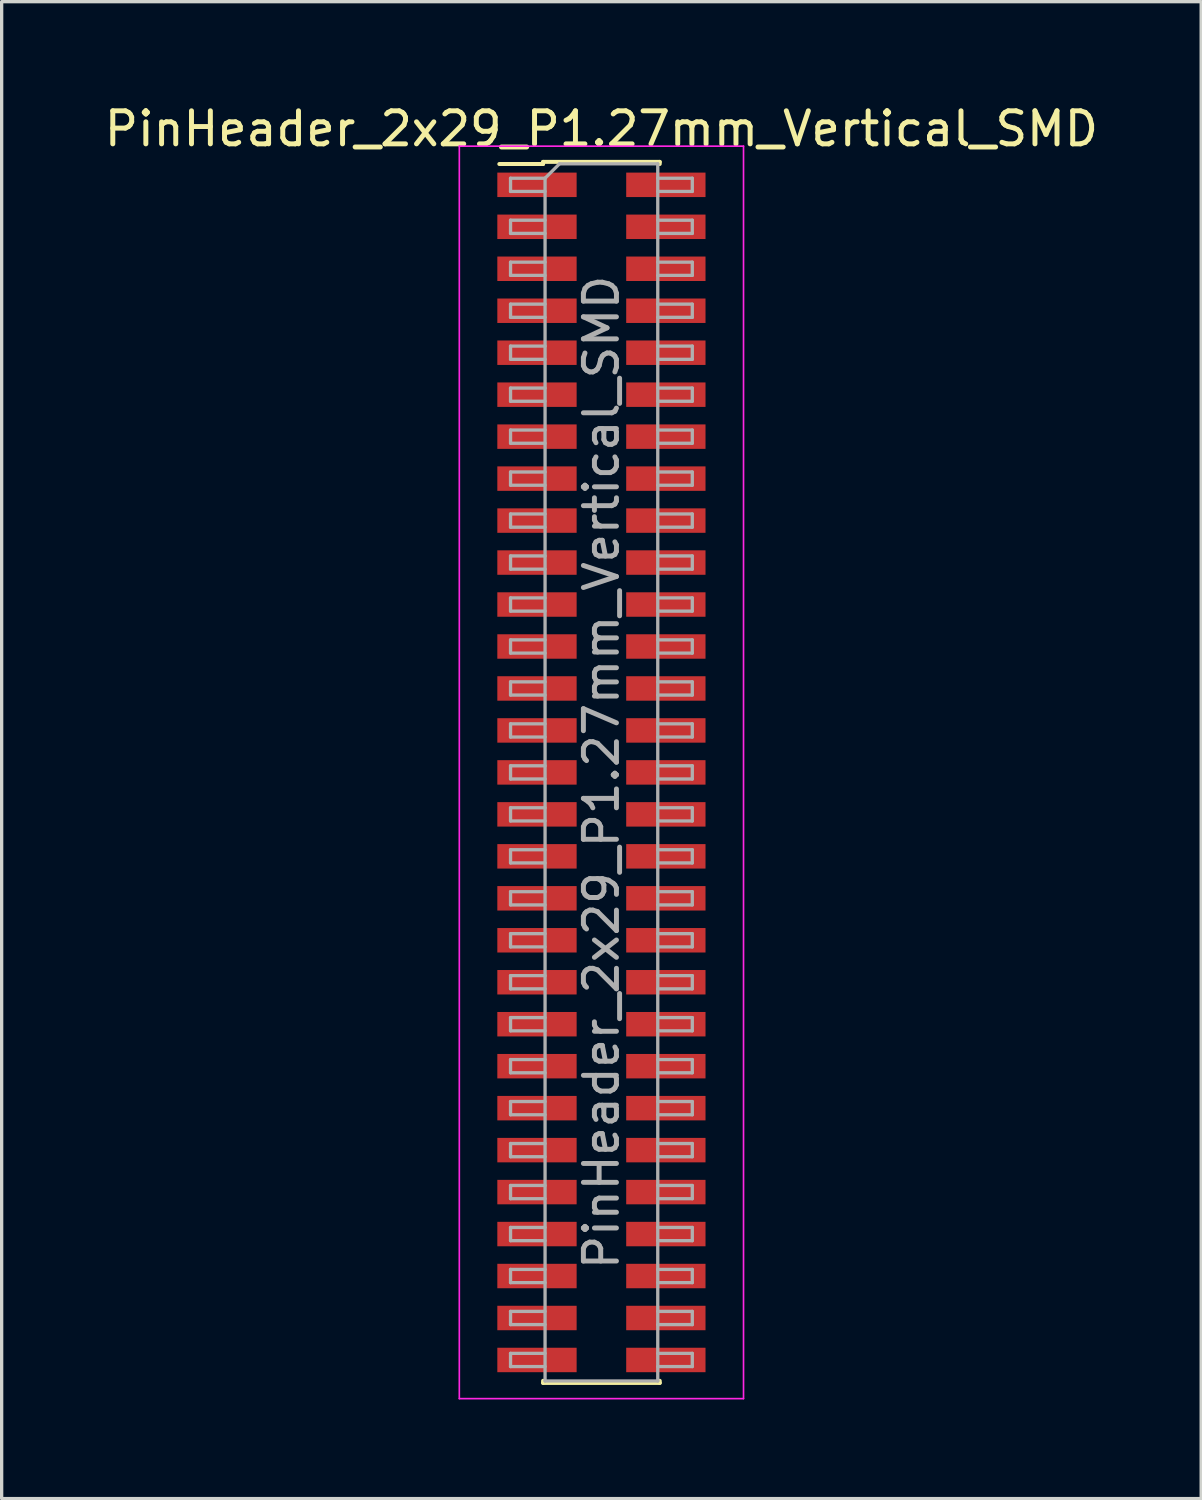
<source format=kicad_pcb>
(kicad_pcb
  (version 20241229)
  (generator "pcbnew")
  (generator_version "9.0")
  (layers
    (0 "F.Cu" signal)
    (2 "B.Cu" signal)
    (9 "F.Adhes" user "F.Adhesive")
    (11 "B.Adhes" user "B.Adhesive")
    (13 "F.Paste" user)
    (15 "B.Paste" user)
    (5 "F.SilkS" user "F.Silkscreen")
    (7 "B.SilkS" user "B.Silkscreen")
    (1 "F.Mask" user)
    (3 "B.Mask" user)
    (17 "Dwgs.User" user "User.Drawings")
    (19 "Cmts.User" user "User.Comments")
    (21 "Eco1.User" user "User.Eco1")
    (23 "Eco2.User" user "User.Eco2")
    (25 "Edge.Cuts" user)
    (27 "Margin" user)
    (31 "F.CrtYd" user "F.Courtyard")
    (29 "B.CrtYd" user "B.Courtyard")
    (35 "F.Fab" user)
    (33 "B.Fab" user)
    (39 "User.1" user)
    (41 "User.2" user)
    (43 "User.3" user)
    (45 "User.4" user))
  (footprint "PinHeader_2x29_P1.27mm_Vertical_SMD"
    (layer "F.Cu")
    (at 15.149 20.323)
    (property "Reference" "PinHeader_2x29_P1.27mm_Vertical_SMD" (at 0 -19.475 0) (layer "F.SilkS") (effects (font (size 1 1) (thickness 0.15))))
    (attr smd)
    (fp_line (start -3.09 -18.41) (end -1.765 -18.41) (stroke (width 0.12) (type solid)) (layer "F.SilkS"))
    (fp_line (start -1.765 -18.475) (end -1.765 -18.41) (stroke (width 0.12) (type solid)) (layer "F.SilkS"))
    (fp_line (start -1.765 -18.475) (end 1.765 -18.475) (stroke (width 0.12) (type solid)) (layer "F.SilkS"))
    (fp_line (start -1.765 18.41) (end -1.765 18.475) (stroke (width 0.12) (type solid)) (layer "F.SilkS"))
    (fp_line (start -1.765 18.475) (end 1.765 18.475) (stroke (width 0.12) (type solid)) (layer "F.SilkS"))
    (fp_line (start 1.765 -18.475) (end 1.765 -18.41) (stroke (width 0.12) (type solid)) (layer "F.SilkS"))
    (fp_line (start 1.765 18.41) (end 1.765 18.475) (stroke (width 0.12) (type solid)) (layer "F.SilkS"))
    (fp_line (start -4.3 -18.95) (end -4.3 18.95) (stroke (width 0.05) (type solid)) (layer "F.CrtYd"))
    (fp_line (start -4.3 18.95) (end 4.3 18.95) (stroke (width 0.05) (type solid)) (layer "F.CrtYd"))
    (fp_line (start 4.3 -18.95) (end -4.3 -18.95) (stroke (width 0.05) (type solid)) (layer "F.CrtYd"))
    (fp_line (start 4.3 18.95) (end 4.3 -18.95) (stroke (width 0.05) (type solid)) (layer "F.CrtYd"))
    (fp_line (start -2.75 -17.98) (end -2.75 -17.58) (stroke (width 0.1) (type solid)) (layer "F.Fab"))
    (fp_line (start -2.75 -17.58) (end -1.705 -17.58) (stroke (width 0.1) (type solid)) (layer "F.Fab"))
    (fp_line (start -2.75 -16.71) (end -2.75 -16.31) (stroke (width 0.1) (type solid)) (layer "F.Fab"))
    (fp_line (start -2.75 -16.31) (end -1.705 -16.31) (stroke (width 0.1) (type solid)) (layer "F.Fab"))
    (fp_line (start -2.75 -15.44) (end -2.75 -15.04) (stroke (width 0.1) (type solid)) (layer "F.Fab"))
    (fp_line (start -2.75 -15.04) (end -1.705 -15.04) (stroke (width 0.1) (type solid)) (layer "F.Fab"))
    (fp_line (start -2.75 -14.17) (end -2.75 -13.77) (stroke (width 0.1) (type solid)) (layer "F.Fab"))
    (fp_line (start -2.75 -13.77) (end -1.705 -13.77) (stroke (width 0.1) (type solid)) (layer "F.Fab"))
    (fp_line (start -2.75 -12.9) (end -2.75 -12.5) (stroke (width 0.1) (type solid)) (layer "F.Fab"))
    (fp_line (start -2.75 -12.5) (end -1.705 -12.5) (stroke (width 0.1) (type solid)) (layer "F.Fab"))
    (fp_line (start -2.75 -11.63) (end -2.75 -11.23) (stroke (width 0.1) (type solid)) (layer "F.Fab"))
    (fp_line (start -2.75 -11.23) (end -1.705 -11.23) (stroke (width 0.1) (type solid)) (layer "F.Fab"))
    (fp_line (start -2.75 -10.36) (end -2.75 -9.96) (stroke (width 0.1) (type solid)) (layer "F.Fab"))
    (fp_line (start -2.75 -9.96) (end -1.705 -9.96) (stroke (width 0.1) (type solid)) (layer "F.Fab"))
    (fp_line (start -2.75 -9.09) (end -2.75 -8.69) (stroke (width 0.1) (type solid)) (layer "F.Fab"))
    (fp_line (start -2.75 -8.69) (end -1.705 -8.69) (stroke (width 0.1) (type solid)) (layer "F.Fab"))
    (fp_line (start -2.75 -7.82) (end -2.75 -7.42) (stroke (width 0.1) (type solid)) (layer "F.Fab"))
    (fp_line (start -2.75 -7.42) (end -1.705 -7.42) (stroke (width 0.1) (type solid)) (layer "F.Fab"))
    (fp_line (start -2.75 -6.55) (end -2.75 -6.15) (stroke (width 0.1) (type solid)) (layer "F.Fab"))
    (fp_line (start -2.75 -6.15) (end -1.705 -6.15) (stroke (width 0.1) (type solid)) (layer "F.Fab"))
    (fp_line (start -2.75 -5.28) (end -2.75 -4.88) (stroke (width 0.1) (type solid)) (layer "F.Fab"))
    (fp_line (start -2.75 -4.88) (end -1.705 -4.88) (stroke (width 0.1) (type solid)) (layer "F.Fab"))
    (fp_line (start -2.75 -4.01) (end -2.75 -3.61) (stroke (width 0.1) (type solid)) (layer "F.Fab"))
    (fp_line (start -2.75 -3.61) (end -1.705 -3.61) (stroke (width 0.1) (type solid)) (layer "F.Fab"))
    (fp_line (start -2.75 -2.74) (end -2.75 -2.34) (stroke (width 0.1) (type solid)) (layer "F.Fab"))
    (fp_line (start -2.75 -2.34) (end -1.705 -2.34) (stroke (width 0.1) (type solid)) (layer "F.Fab"))
    (fp_line (start -2.75 -1.47) (end -2.75 -1.07) (stroke (width 0.1) (type solid)) (layer "F.Fab"))
    (fp_line (start -2.75 -1.07) (end -1.705 -1.07) (stroke (width 0.1) (type solid)) (layer "F.Fab"))
    (fp_line (start -2.75 -0.2) (end -2.75 0.2) (stroke (width 0.1) (type solid)) (layer "F.Fab"))
    (fp_line (start -2.75 0.2) (end -1.705 0.2) (stroke (width 0.1) (type solid)) (layer "F.Fab"))
    (fp_line (start -2.75 1.07) (end -2.75 1.47) (stroke (width 0.1) (type solid)) (layer "F.Fab"))
    (fp_line (start -2.75 1.47) (end -1.705 1.47) (stroke (width 0.1) (type solid)) (layer "F.Fab"))
    (fp_line (start -2.75 2.34) (end -2.75 2.74) (stroke (width 0.1) (type solid)) (layer "F.Fab"))
    (fp_line (start -2.75 2.74) (end -1.705 2.74) (stroke (width 0.1) (type solid)) (layer "F.Fab"))
    (fp_line (start -2.75 3.61) (end -2.75 4.01) (stroke (width 0.1) (type solid)) (layer "F.Fab"))
    (fp_line (start -2.75 4.01) (end -1.705 4.01) (stroke (width 0.1) (type solid)) (layer "F.Fab"))
    (fp_line (start -2.75 4.88) (end -2.75 5.28) (stroke (width 0.1) (type solid)) (layer "F.Fab"))
    (fp_line (start -2.75 5.28) (end -1.705 5.28) (stroke (width 0.1) (type solid)) (layer "F.Fab"))
    (fp_line (start -2.75 6.15) (end -2.75 6.55) (stroke (width 0.1) (type solid)) (layer "F.Fab"))
    (fp_line (start -2.75 6.55) (end -1.705 6.55) (stroke (width 0.1) (type solid)) (layer "F.Fab"))
    (fp_line (start -2.75 7.42) (end -2.75 7.82) (stroke (width 0.1) (type solid)) (layer "F.Fab"))
    (fp_line (start -2.75 7.82) (end -1.705 7.82) (stroke (width 0.1) (type solid)) (layer "F.Fab"))
    (fp_line (start -2.75 8.69) (end -2.75 9.09) (stroke (width 0.1) (type solid)) (layer "F.Fab"))
    (fp_line (start -2.75 9.09) (end -1.705 9.09) (stroke (width 0.1) (type solid)) (layer "F.Fab"))
    (fp_line (start -2.75 9.96) (end -2.75 10.36) (stroke (width 0.1) (type solid)) (layer "F.Fab"))
    (fp_line (start -2.75 10.36) (end -1.705 10.36) (stroke (width 0.1) (type solid)) (layer "F.Fab"))
    (fp_line (start -2.75 11.23) (end -2.75 11.63) (stroke (width 0.1) (type solid)) (layer "F.Fab"))
    (fp_line (start -2.75 11.63) (end -1.705 11.63) (stroke (width 0.1) (type solid)) (layer "F.Fab"))
    (fp_line (start -2.75 12.5) (end -2.75 12.9) (stroke (width 0.1) (type solid)) (layer "F.Fab"))
    (fp_line (start -2.75 12.9) (end -1.705 12.9) (stroke (width 0.1) (type solid)) (layer "F.Fab"))
    (fp_line (start -2.75 13.77) (end -2.75 14.17) (stroke (width 0.1) (type solid)) (layer "F.Fab"))
    (fp_line (start -2.75 14.17) (end -1.705 14.17) (stroke (width 0.1) (type solid)) (layer "F.Fab"))
    (fp_line (start -2.75 15.04) (end -2.75 15.44) (stroke (width 0.1) (type solid)) (layer "F.Fab"))
    (fp_line (start -2.75 15.44) (end -1.705 15.44) (stroke (width 0.1) (type solid)) (layer "F.Fab"))
    (fp_line (start -2.75 16.31) (end -2.75 16.71) (stroke (width 0.1) (type solid)) (layer "F.Fab"))
    (fp_line (start -2.75 16.71) (end -1.705 16.71) (stroke (width 0.1) (type solid)) (layer "F.Fab"))
    (fp_line (start -2.75 17.58) (end -2.75 17.98) (stroke (width 0.1) (type solid)) (layer "F.Fab"))
    (fp_line (start -2.75 17.98) (end -1.705 17.98) (stroke (width 0.1) (type solid)) (layer "F.Fab"))
    (fp_line (start -1.705 -17.98) (end -2.75 -17.98) (stroke (width 0.1) (type solid)) (layer "F.Fab"))
    (fp_line (start -1.705 -17.98) (end -1.27 -18.415) (stroke (width 0.1) (type solid)) (layer "F.Fab"))
    (fp_line (start -1.705 -16.71) (end -2.75 -16.71) (stroke (width 0.1) (type solid)) (layer "F.Fab"))
    (fp_line (start -1.705 -15.44) (end -2.75 -15.44) (stroke (width 0.1) (type solid)) (layer "F.Fab"))
    (fp_line (start -1.705 -14.17) (end -2.75 -14.17) (stroke (width 0.1) (type solid)) (layer "F.Fab"))
    (fp_line (start -1.705 -12.9) (end -2.75 -12.9) (stroke (width 0.1) (type solid)) (layer "F.Fab"))
    (fp_line (start -1.705 -11.63) (end -2.75 -11.63) (stroke (width 0.1) (type solid)) (layer "F.Fab"))
    (fp_line (start -1.705 -10.36) (end -2.75 -10.36) (stroke (width 0.1) (type solid)) (layer "F.Fab"))
    (fp_line (start -1.705 -9.09) (end -2.75 -9.09) (stroke (width 0.1) (type solid)) (layer "F.Fab"))
    (fp_line (start -1.705 -7.82) (end -2.75 -7.82) (stroke (width 0.1) (type solid)) (layer "F.Fab"))
    (fp_line (start -1.705 -6.55) (end -2.75 -6.55) (stroke (width 0.1) (type solid)) (layer "F.Fab"))
    (fp_line (start -1.705 -5.28) (end -2.75 -5.28) (stroke (width 0.1) (type solid)) (layer "F.Fab"))
    (fp_line (start -1.705 -4.01) (end -2.75 -4.01) (stroke (width 0.1) (type solid)) (layer "F.Fab"))
    (fp_line (start -1.705 -2.74) (end -2.75 -2.74) (stroke (width 0.1) (type solid)) (layer "F.Fab"))
    (fp_line (start -1.705 -1.47) (end -2.75 -1.47) (stroke (width 0.1) (type solid)) (layer "F.Fab"))
    (fp_line (start -1.705 -0.2) (end -2.75 -0.2) (stroke (width 0.1) (type solid)) (layer "F.Fab"))
    (fp_line (start -1.705 1.07) (end -2.75 1.07) (stroke (width 0.1) (type solid)) (layer "F.Fab"))
    (fp_line (start -1.705 2.34) (end -2.75 2.34) (stroke (width 0.1) (type solid)) (layer "F.Fab"))
    (fp_line (start -1.705 3.61) (end -2.75 3.61) (stroke (width 0.1) (type solid)) (layer "F.Fab"))
    (fp_line (start -1.705 4.88) (end -2.75 4.88) (stroke (width 0.1) (type solid)) (layer "F.Fab"))
    (fp_line (start -1.705 6.15) (end -2.75 6.15) (stroke (width 0.1) (type solid)) (layer "F.Fab"))
    (fp_line (start -1.705 7.42) (end -2.75 7.42) (stroke (width 0.1) (type solid)) (layer "F.Fab"))
    (fp_line (start -1.705 8.69) (end -2.75 8.69) (stroke (width 0.1) (type solid)) (layer "F.Fab"))
    (fp_line (start -1.705 9.96) (end -2.75 9.96) (stroke (width 0.1) (type solid)) (layer "F.Fab"))
    (fp_line (start -1.705 11.23) (end -2.75 11.23) (stroke (width 0.1) (type solid)) (layer "F.Fab"))
    (fp_line (start -1.705 12.5) (end -2.75 12.5) (stroke (width 0.1) (type solid)) (layer "F.Fab"))
    (fp_line (start -1.705 13.77) (end -2.75 13.77) (stroke (width 0.1) (type solid)) (layer "F.Fab"))
    (fp_line (start -1.705 15.04) (end -2.75 15.04) (stroke (width 0.1) (type solid)) (layer "F.Fab"))
    (fp_line (start -1.705 16.31) (end -2.75 16.31) (stroke (width 0.1) (type solid)) (layer "F.Fab"))
    (fp_line (start -1.705 17.58) (end -2.75 17.58) (stroke (width 0.1) (type solid)) (layer "F.Fab"))
    (fp_line (start -1.705 18.415) (end -1.705 -17.98) (stroke (width 0.1) (type solid)) (layer "F.Fab"))
    (fp_line (start -1.27 -18.415) (end 1.705 -18.415) (stroke (width 0.1) (type solid)) (layer "F.Fab"))
    (fp_line (start 1.705 -18.415) (end 1.705 18.415) (stroke (width 0.1) (type solid)) (layer "F.Fab"))
    (fp_line (start 1.705 -17.98) (end 2.75 -17.98) (stroke (width 0.1) (type solid)) (layer "F.Fab"))
    (fp_line (start 1.705 -16.71) (end 2.75 -16.71) (stroke (width 0.1) (type solid)) (layer "F.Fab"))
    (fp_line (start 1.705 -15.44) (end 2.75 -15.44) (stroke (width 0.1) (type solid)) (layer "F.Fab"))
    (fp_line (start 1.705 -14.17) (end 2.75 -14.17) (stroke (width 0.1) (type solid)) (layer "F.Fab"))
    (fp_line (start 1.705 -12.9) (end 2.75 -12.9) (stroke (width 0.1) (type solid)) (layer "F.Fab"))
    (fp_line (start 1.705 -11.63) (end 2.75 -11.63) (stroke (width 0.1) (type solid)) (layer "F.Fab"))
    (fp_line (start 1.705 -10.36) (end 2.75 -10.36) (stroke (width 0.1) (type solid)) (layer "F.Fab"))
    (fp_line (start 1.705 -9.09) (end 2.75 -9.09) (stroke (width 0.1) (type solid)) (layer "F.Fab"))
    (fp_line (start 1.705 -7.82) (end 2.75 -7.82) (stroke (width 0.1) (type solid)) (layer "F.Fab"))
    (fp_line (start 1.705 -6.55) (end 2.75 -6.55) (stroke (width 0.1) (type solid)) (layer "F.Fab"))
    (fp_line (start 1.705 -5.28) (end 2.75 -5.28) (stroke (width 0.1) (type solid)) (layer "F.Fab"))
    (fp_line (start 1.705 -4.01) (end 2.75 -4.01) (stroke (width 0.1) (type solid)) (layer "F.Fab"))
    (fp_line (start 1.705 -2.74) (end 2.75 -2.74) (stroke (width 0.1) (type solid)) (layer "F.Fab"))
    (fp_line (start 1.705 -1.47) (end 2.75 -1.47) (stroke (width 0.1) (type solid)) (layer "F.Fab"))
    (fp_line (start 1.705 -0.2) (end 2.75 -0.2) (stroke (width 0.1) (type solid)) (layer "F.Fab"))
    (fp_line (start 1.705 1.07) (end 2.75 1.07) (stroke (width 0.1) (type solid)) (layer "F.Fab"))
    (fp_line (start 1.705 2.34) (end 2.75 2.34) (stroke (width 0.1) (type solid)) (layer "F.Fab"))
    (fp_line (start 1.705 3.61) (end 2.75 3.61) (stroke (width 0.1) (type solid)) (layer "F.Fab"))
    (fp_line (start 1.705 4.88) (end 2.75 4.88) (stroke (width 0.1) (type solid)) (layer "F.Fab"))
    (fp_line (start 1.705 6.15) (end 2.75 6.15) (stroke (width 0.1) (type solid)) (layer "F.Fab"))
    (fp_line (start 1.705 7.42) (end 2.75 7.42) (stroke (width 0.1) (type solid)) (layer "F.Fab"))
    (fp_line (start 1.705 8.69) (end 2.75 8.69) (stroke (width 0.1) (type solid)) (layer "F.Fab"))
    (fp_line (start 1.705 9.96) (end 2.75 9.96) (stroke (width 0.1) (type solid)) (layer "F.Fab"))
    (fp_line (start 1.705 11.23) (end 2.75 11.23) (stroke (width 0.1) (type solid)) (layer "F.Fab"))
    (fp_line (start 1.705 12.5) (end 2.75 12.5) (stroke (width 0.1) (type solid)) (layer "F.Fab"))
    (fp_line (start 1.705 13.77) (end 2.75 13.77) (stroke (width 0.1) (type solid)) (layer "F.Fab"))
    (fp_line (start 1.705 15.04) (end 2.75 15.04) (stroke (width 0.1) (type solid)) (layer "F.Fab"))
    (fp_line (start 1.705 16.31) (end 2.75 16.31) (stroke (width 0.1) (type solid)) (layer "F.Fab"))
    (fp_line (start 1.705 17.58) (end 2.75 17.58) (stroke (width 0.1) (type solid)) (layer "F.Fab"))
    (fp_line (start 1.705 18.415) (end -1.705 18.415) (stroke (width 0.1) (type solid)) (layer "F.Fab"))
    (fp_line (start 2.75 -17.98) (end 2.75 -17.58) (stroke (width 0.1) (type solid)) (layer "F.Fab"))
    (fp_line (start 2.75 -17.58) (end 1.705 -17.58) (stroke (width 0.1) (type solid)) (layer "F.Fab"))
    (fp_line (start 2.75 -16.71) (end 2.75 -16.31) (stroke (width 0.1) (type solid)) (layer "F.Fab"))
    (fp_line (start 2.75 -16.31) (end 1.705 -16.31) (stroke (width 0.1) (type solid)) (layer "F.Fab"))
    (fp_line (start 2.75 -15.44) (end 2.75 -15.04) (stroke (width 0.1) (type solid)) (layer "F.Fab"))
    (fp_line (start 2.75 -15.04) (end 1.705 -15.04) (stroke (width 0.1) (type solid)) (layer "F.Fab"))
    (fp_line (start 2.75 -14.17) (end 2.75 -13.77) (stroke (width 0.1) (type solid)) (layer "F.Fab"))
    (fp_line (start 2.75 -13.77) (end 1.705 -13.77) (stroke (width 0.1) (type solid)) (layer "F.Fab"))
    (fp_line (start 2.75 -12.9) (end 2.75 -12.5) (stroke (width 0.1) (type solid)) (layer "F.Fab"))
    (fp_line (start 2.75 -12.5) (end 1.705 -12.5) (stroke (width 0.1) (type solid)) (layer "F.Fab"))
    (fp_line (start 2.75 -11.63) (end 2.75 -11.23) (stroke (width 0.1) (type solid)) (layer "F.Fab"))
    (fp_line (start 2.75 -11.23) (end 1.705 -11.23) (stroke (width 0.1) (type solid)) (layer "F.Fab"))
    (fp_line (start 2.75 -10.36) (end 2.75 -9.96) (stroke (width 0.1) (type solid)) (layer "F.Fab"))
    (fp_line (start 2.75 -9.96) (end 1.705 -9.96) (stroke (width 0.1) (type solid)) (layer "F.Fab"))
    (fp_line (start 2.75 -9.09) (end 2.75 -8.69) (stroke (width 0.1) (type solid)) (layer "F.Fab"))
    (fp_line (start 2.75 -8.69) (end 1.705 -8.69) (stroke (width 0.1) (type solid)) (layer "F.Fab"))
    (fp_line (start 2.75 -7.82) (end 2.75 -7.42) (stroke (width 0.1) (type solid)) (layer "F.Fab"))
    (fp_line (start 2.75 -7.42) (end 1.705 -7.42) (stroke (width 0.1) (type solid)) (layer "F.Fab"))
    (fp_line (start 2.75 -6.55) (end 2.75 -6.15) (stroke (width 0.1) (type solid)) (layer "F.Fab"))
    (fp_line (start 2.75 -6.15) (end 1.705 -6.15) (stroke (width 0.1) (type solid)) (layer "F.Fab"))
    (fp_line (start 2.75 -5.28) (end 2.75 -4.88) (stroke (width 0.1) (type solid)) (layer "F.Fab"))
    (fp_line (start 2.75 -4.88) (end 1.705 -4.88) (stroke (width 0.1) (type solid)) (layer "F.Fab"))
    (fp_line (start 2.75 -4.01) (end 2.75 -3.61) (stroke (width 0.1) (type solid)) (layer "F.Fab"))
    (fp_line (start 2.75 -3.61) (end 1.705 -3.61) (stroke (width 0.1) (type solid)) (layer "F.Fab"))
    (fp_line (start 2.75 -2.74) (end 2.75 -2.34) (stroke (width 0.1) (type solid)) (layer "F.Fab"))
    (fp_line (start 2.75 -2.34) (end 1.705 -2.34) (stroke (width 0.1) (type solid)) (layer "F.Fab"))
    (fp_line (start 2.75 -1.47) (end 2.75 -1.07) (stroke (width 0.1) (type solid)) (layer "F.Fab"))
    (fp_line (start 2.75 -1.07) (end 1.705 -1.07) (stroke (width 0.1) (type solid)) (layer "F.Fab"))
    (fp_line (start 2.75 -0.2) (end 2.75 0.2) (stroke (width 0.1) (type solid)) (layer "F.Fab"))
    (fp_line (start 2.75 0.2) (end 1.705 0.2) (stroke (width 0.1) (type solid)) (layer "F.Fab"))
    (fp_line (start 2.75 1.07) (end 2.75 1.47) (stroke (width 0.1) (type solid)) (layer "F.Fab"))
    (fp_line (start 2.75 1.47) (end 1.705 1.47) (stroke (width 0.1) (type solid)) (layer "F.Fab"))
    (fp_line (start 2.75 2.34) (end 2.75 2.74) (stroke (width 0.1) (type solid)) (layer "F.Fab"))
    (fp_line (start 2.75 2.74) (end 1.705 2.74) (stroke (width 0.1) (type solid)) (layer "F.Fab"))
    (fp_line (start 2.75 3.61) (end 2.75 4.01) (stroke (width 0.1) (type solid)) (layer "F.Fab"))
    (fp_line (start 2.75 4.01) (end 1.705 4.01) (stroke (width 0.1) (type solid)) (layer "F.Fab"))
    (fp_line (start 2.75 4.88) (end 2.75 5.28) (stroke (width 0.1) (type solid)) (layer "F.Fab"))
    (fp_line (start 2.75 5.28) (end 1.705 5.28) (stroke (width 0.1) (type solid)) (layer "F.Fab"))
    (fp_line (start 2.75 6.15) (end 2.75 6.55) (stroke (width 0.1) (type solid)) (layer "F.Fab"))
    (fp_line (start 2.75 6.55) (end 1.705 6.55) (stroke (width 0.1) (type solid)) (layer "F.Fab"))
    (fp_line (start 2.75 7.42) (end 2.75 7.82) (stroke (width 0.1) (type solid)) (layer "F.Fab"))
    (fp_line (start 2.75 7.82) (end 1.705 7.82) (stroke (width 0.1) (type solid)) (layer "F.Fab"))
    (fp_line (start 2.75 8.69) (end 2.75 9.09) (stroke (width 0.1) (type solid)) (layer "F.Fab"))
    (fp_line (start 2.75 9.09) (end 1.705 9.09) (stroke (width 0.1) (type solid)) (layer "F.Fab"))
    (fp_line (start 2.75 9.96) (end 2.75 10.36) (stroke (width 0.1) (type solid)) (layer "F.Fab"))
    (fp_line (start 2.75 10.36) (end 1.705 10.36) (stroke (width 0.1) (type solid)) (layer "F.Fab"))
    (fp_line (start 2.75 11.23) (end 2.75 11.63) (stroke (width 0.1) (type solid)) (layer "F.Fab"))
    (fp_line (start 2.75 11.63) (end 1.705 11.63) (stroke (width 0.1) (type solid)) (layer "F.Fab"))
    (fp_line (start 2.75 12.5) (end 2.75 12.9) (stroke (width 0.1) (type solid)) (layer "F.Fab"))
    (fp_line (start 2.75 12.9) (end 1.705 12.9) (stroke (width 0.1) (type solid)) (layer "F.Fab"))
    (fp_line (start 2.75 13.77) (end 2.75 14.17) (stroke (width 0.1) (type solid)) (layer "F.Fab"))
    (fp_line (start 2.75 14.17) (end 1.705 14.17) (stroke (width 0.1) (type solid)) (layer "F.Fab"))
    (fp_line (start 2.75 15.04) (end 2.75 15.44) (stroke (width 0.1) (type solid)) (layer "F.Fab"))
    (fp_line (start 2.75 15.44) (end 1.705 15.44) (stroke (width 0.1) (type solid)) (layer "F.Fab"))
    (fp_line (start 2.75 16.31) (end 2.75 16.71) (stroke (width 0.1) (type solid)) (layer "F.Fab"))
    (fp_line (start 2.75 16.71) (end 1.705 16.71) (stroke (width 0.1) (type solid)) (layer "F.Fab"))
    (fp_line (start 2.75 17.58) (end 2.75 17.98) (stroke (width 0.1) (type solid)) (layer "F.Fab"))
    (fp_line (start 2.75 17.98) (end 1.705 17.98) (stroke (width 0.1) (type solid)) (layer "F.Fab"))
    (fp_text user "${REFERENCE}" (at 0 0 90) (layer "F.Fab") (effects (font (size 1 1) (thickness 0.15))))
    (pad "1" smd rect (at -1.95 -17.78) (size 2.4 0.74) (layers "F.Cu" "F.Mask" "F.Paste"))
    (pad "2" smd rect (at 1.95 -17.78) (size 2.4 0.74) (layers "F.Cu" "F.Mask" "F.Paste"))
    (pad "3" smd rect (at -1.95 -16.51) (size 2.4 0.74) (layers "F.Cu" "F.Mask" "F.Paste"))
    (pad "4" smd rect (at 1.95 -16.51) (size 2.4 0.74) (layers "F.Cu" "F.Mask" "F.Paste"))
    (pad "5" smd rect (at -1.95 -15.24) (size 2.4 0.74) (layers "F.Cu" "F.Mask" "F.Paste"))
    (pad "6" smd rect (at 1.95 -15.24) (size 2.4 0.74) (layers "F.Cu" "F.Mask" "F.Paste"))
    (pad "7" smd rect (at -1.95 -13.97) (size 2.4 0.74) (layers "F.Cu" "F.Mask" "F.Paste"))
    (pad "8" smd rect (at 1.95 -13.97) (size 2.4 0.74) (layers "F.Cu" "F.Mask" "F.Paste"))
    (pad "9" smd rect (at -1.95 -12.7) (size 2.4 0.74) (layers "F.Cu" "F.Mask" "F.Paste"))
    (pad "10" smd rect (at 1.95 -12.7) (size 2.4 0.74) (layers "F.Cu" "F.Mask" "F.Paste"))
    (pad "11" smd rect (at -1.95 -11.43) (size 2.4 0.74) (layers "F.Cu" "F.Mask" "F.Paste"))
    (pad "12" smd rect (at 1.95 -11.43) (size 2.4 0.74) (layers "F.Cu" "F.Mask" "F.Paste"))
    (pad "13" smd rect (at -1.95 -10.16) (size 2.4 0.74) (layers "F.Cu" "F.Mask" "F.Paste"))
    (pad "14" smd rect (at 1.95 -10.16) (size 2.4 0.74) (layers "F.Cu" "F.Mask" "F.Paste"))
    (pad "15" smd rect (at -1.95 -8.89) (size 2.4 0.74) (layers "F.Cu" "F.Mask" "F.Paste"))
    (pad "16" smd rect (at 1.95 -8.89) (size 2.4 0.74) (layers "F.Cu" "F.Mask" "F.Paste"))
    (pad "17" smd rect (at -1.95 -7.62) (size 2.4 0.74) (layers "F.Cu" "F.Mask" "F.Paste"))
    (pad "18" smd rect (at 1.95 -7.62) (size 2.4 0.74) (layers "F.Cu" "F.Mask" "F.Paste"))
    (pad "19" smd rect (at -1.95 -6.35) (size 2.4 0.74) (layers "F.Cu" "F.Mask" "F.Paste"))
    (pad "20" smd rect (at 1.95 -6.35) (size 2.4 0.74) (layers "F.Cu" "F.Mask" "F.Paste"))
    (pad "21" smd rect (at -1.95 -5.08) (size 2.4 0.74) (layers "F.Cu" "F.Mask" "F.Paste"))
    (pad "22" smd rect (at 1.95 -5.08) (size 2.4 0.74) (layers "F.Cu" "F.Mask" "F.Paste"))
    (pad "23" smd rect (at -1.95 -3.81) (size 2.4 0.74) (layers "F.Cu" "F.Mask" "F.Paste"))
    (pad "24" smd rect (at 1.95 -3.81) (size 2.4 0.74) (layers "F.Cu" "F.Mask" "F.Paste"))
    (pad "25" smd rect (at -1.95 -2.54) (size 2.4 0.74) (layers "F.Cu" "F.Mask" "F.Paste"))
    (pad "26" smd rect (at 1.95 -2.54) (size 2.4 0.74) (layers "F.Cu" "F.Mask" "F.Paste"))
    (pad "27" smd rect (at -1.95 -1.27) (size 2.4 0.74) (layers "F.Cu" "F.Mask" "F.Paste"))
    (pad "28" smd rect (at 1.95 -1.27) (size 2.4 0.74) (layers "F.Cu" "F.Mask" "F.Paste"))
    (pad "29" smd rect (at -1.95 0) (size 2.4 0.74) (layers "F.Cu" "F.Mask" "F.Paste"))
    (pad "30" smd rect (at 1.95 0) (size 2.4 0.74) (layers "F.Cu" "F.Mask" "F.Paste"))
    (pad "31" smd rect (at -1.95 1.27) (size 2.4 0.74) (layers "F.Cu" "F.Mask" "F.Paste"))
    (pad "32" smd rect (at 1.95 1.27) (size 2.4 0.74) (layers "F.Cu" "F.Mask" "F.Paste"))
    (pad "33" smd rect (at -1.95 2.54) (size 2.4 0.74) (layers "F.Cu" "F.Mask" "F.Paste"))
    (pad "34" smd rect (at 1.95 2.54) (size 2.4 0.74) (layers "F.Cu" "F.Mask" "F.Paste"))
    (pad "35" smd rect (at -1.95 3.81) (size 2.4 0.74) (layers "F.Cu" "F.Mask" "F.Paste"))
    (pad "36" smd rect (at 1.95 3.81) (size 2.4 0.74) (layers "F.Cu" "F.Mask" "F.Paste"))
    (pad "37" smd rect (at -1.95 5.08) (size 2.4 0.74) (layers "F.Cu" "F.Mask" "F.Paste"))
    (pad "38" smd rect (at 1.95 5.08) (size 2.4 0.74) (layers "F.Cu" "F.Mask" "F.Paste"))
    (pad "39" smd rect (at -1.95 6.35) (size 2.4 0.74) (layers "F.Cu" "F.Mask" "F.Paste"))
    (pad "40" smd rect (at 1.95 6.35) (size 2.4 0.74) (layers "F.Cu" "F.Mask" "F.Paste"))
    (pad "41" smd rect (at -1.95 7.62) (size 2.4 0.74) (layers "F.Cu" "F.Mask" "F.Paste"))
    (pad "42" smd rect (at 1.95 7.62) (size 2.4 0.74) (layers "F.Cu" "F.Mask" "F.Paste"))
    (pad "43" smd rect (at -1.95 8.89) (size 2.4 0.74) (layers "F.Cu" "F.Mask" "F.Paste"))
    (pad "44" smd rect (at 1.95 8.89) (size 2.4 0.74) (layers "F.Cu" "F.Mask" "F.Paste"))
    (pad "45" smd rect (at -1.95 10.16) (size 2.4 0.74) (layers "F.Cu" "F.Mask" "F.Paste"))
    (pad "46" smd rect (at 1.95 10.16) (size 2.4 0.74) (layers "F.Cu" "F.Mask" "F.Paste"))
    (pad "47" smd rect (at -1.95 11.43) (size 2.4 0.74) (layers "F.Cu" "F.Mask" "F.Paste"))
    (pad "48" smd rect (at 1.95 11.43) (size 2.4 0.74) (layers "F.Cu" "F.Mask" "F.Paste"))
    (pad "49" smd rect (at -1.95 12.7) (size 2.4 0.74) (layers "F.Cu" "F.Mask" "F.Paste"))
    (pad "50" smd rect (at 1.95 12.7) (size 2.4 0.74) (layers "F.Cu" "F.Mask" "F.Paste"))
    (pad "51" smd rect (at -1.95 13.97) (size 2.4 0.74) (layers "F.Cu" "F.Mask" "F.Paste"))
    (pad "52" smd rect (at 1.95 13.97) (size 2.4 0.74) (layers "F.Cu" "F.Mask" "F.Paste"))
    (pad "53" smd rect (at -1.95 15.24) (size 2.4 0.74) (layers "F.Cu" "F.Mask" "F.Paste"))
    (pad "54" smd rect (at 1.95 15.24) (size 2.4 0.74) (layers "F.Cu" "F.Mask" "F.Paste"))
    (pad "55" smd rect (at -1.95 16.51) (size 2.4 0.74) (layers "F.Cu" "F.Mask" "F.Paste"))
    (pad "56" smd rect (at 1.95 16.51) (size 2.4 0.74) (layers "F.Cu" "F.Mask" "F.Paste"))
    (pad "57" smd rect (at -1.95 17.78) (size 2.4 0.74) (layers "F.Cu" "F.Mask" "F.Paste"))
    (pad "58" smd rect (at 1.95 17.78) (size 2.4 0.74) (layers "F.Cu" "F.Mask" "F.Paste")))
  (gr_rect
    (start -3 -3)
    (end 33.298 42.298)
    (stroke (width 0.1) (type default))
    (fill no)
    (layer "Edge.Cuts")))
</source>
